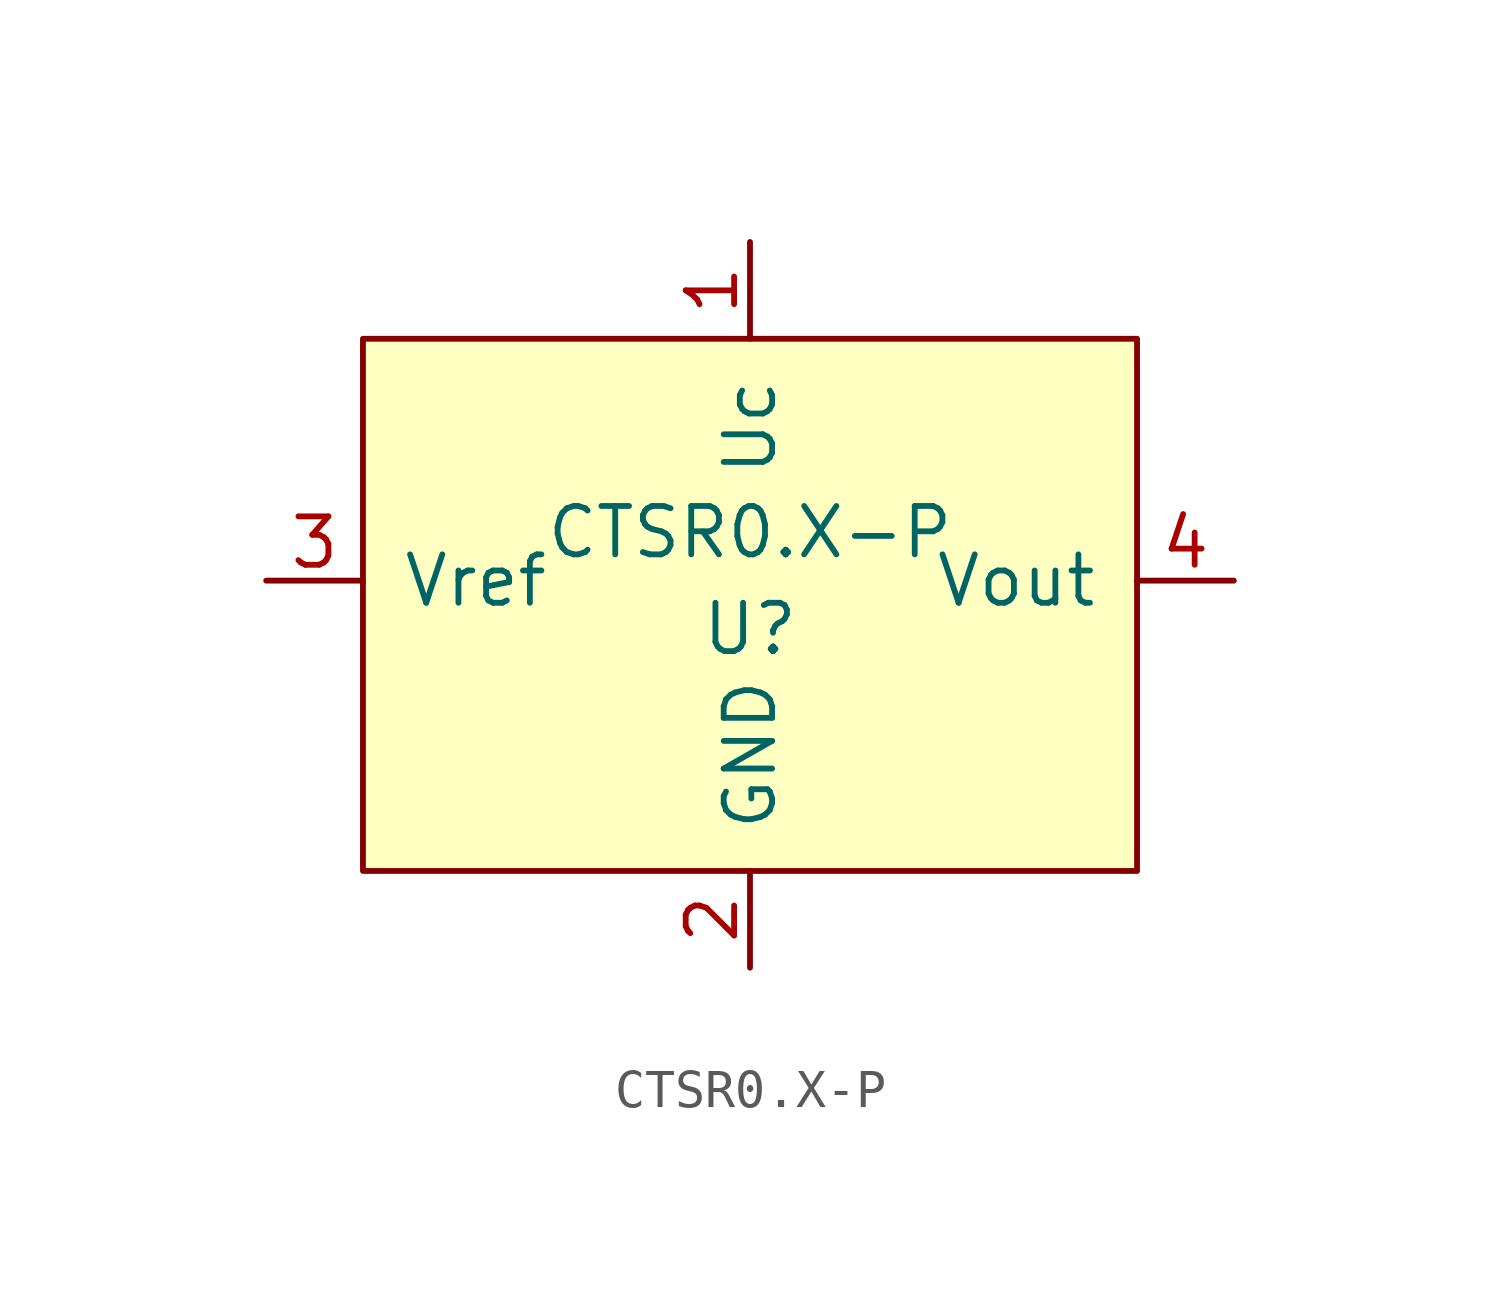
<source format=kicad_sym>
(kicad_symbol_lib
  (version 20241209)
  (generator "kicad_symbol_editor")
  (generator_version "9.0")
  (symbol "CTSR0.X-P"
    (pin_names
      (offset 1.016))
    (property "Reference" "U"
      (at 0 -1.27 0)
      (effects (font (size 1.27 1.27))))
    (property "Value" "CTSR0.X-P"
      (at 0 1.27 0)
      (effects (font (size 1.27 1.27))))
    (symbol "CTSR0.X-P_0_1"
      (rectangle (start -10.16 6.35) (end 10.16 -7.62) (stroke (width 0) (type solid)) (fill (type background))))
    (symbol "CTSR0.X-P_1_1"
      (pin bidirectional line (at -12.7 0 0) (length 2.54) (name "Vref" (effects (font (size 1.27 1.27)))) (number "3" (effects (font (size 1.27 1.27)))))
      (pin power_in line (at 0 8.89 270) (length 2.54) (name "Uc" (effects (font (size 1.27 1.27)))) (number "1" (effects (font (size 1.27 1.27)))))
      (pin power_out line (at 0 -10.16 90) (length 2.54) (name "GND" (effects (font (size 1.27 1.27)))) (number "2" (effects (font (size 1.27 1.27)))))
      (pin output line (at 12.7 0 180) (length 2.54) (name "Vout" (effects (font (size 1.27 1.27)))) (number "4" (effects (font (size 1.27 1.27))))))))
</source>
